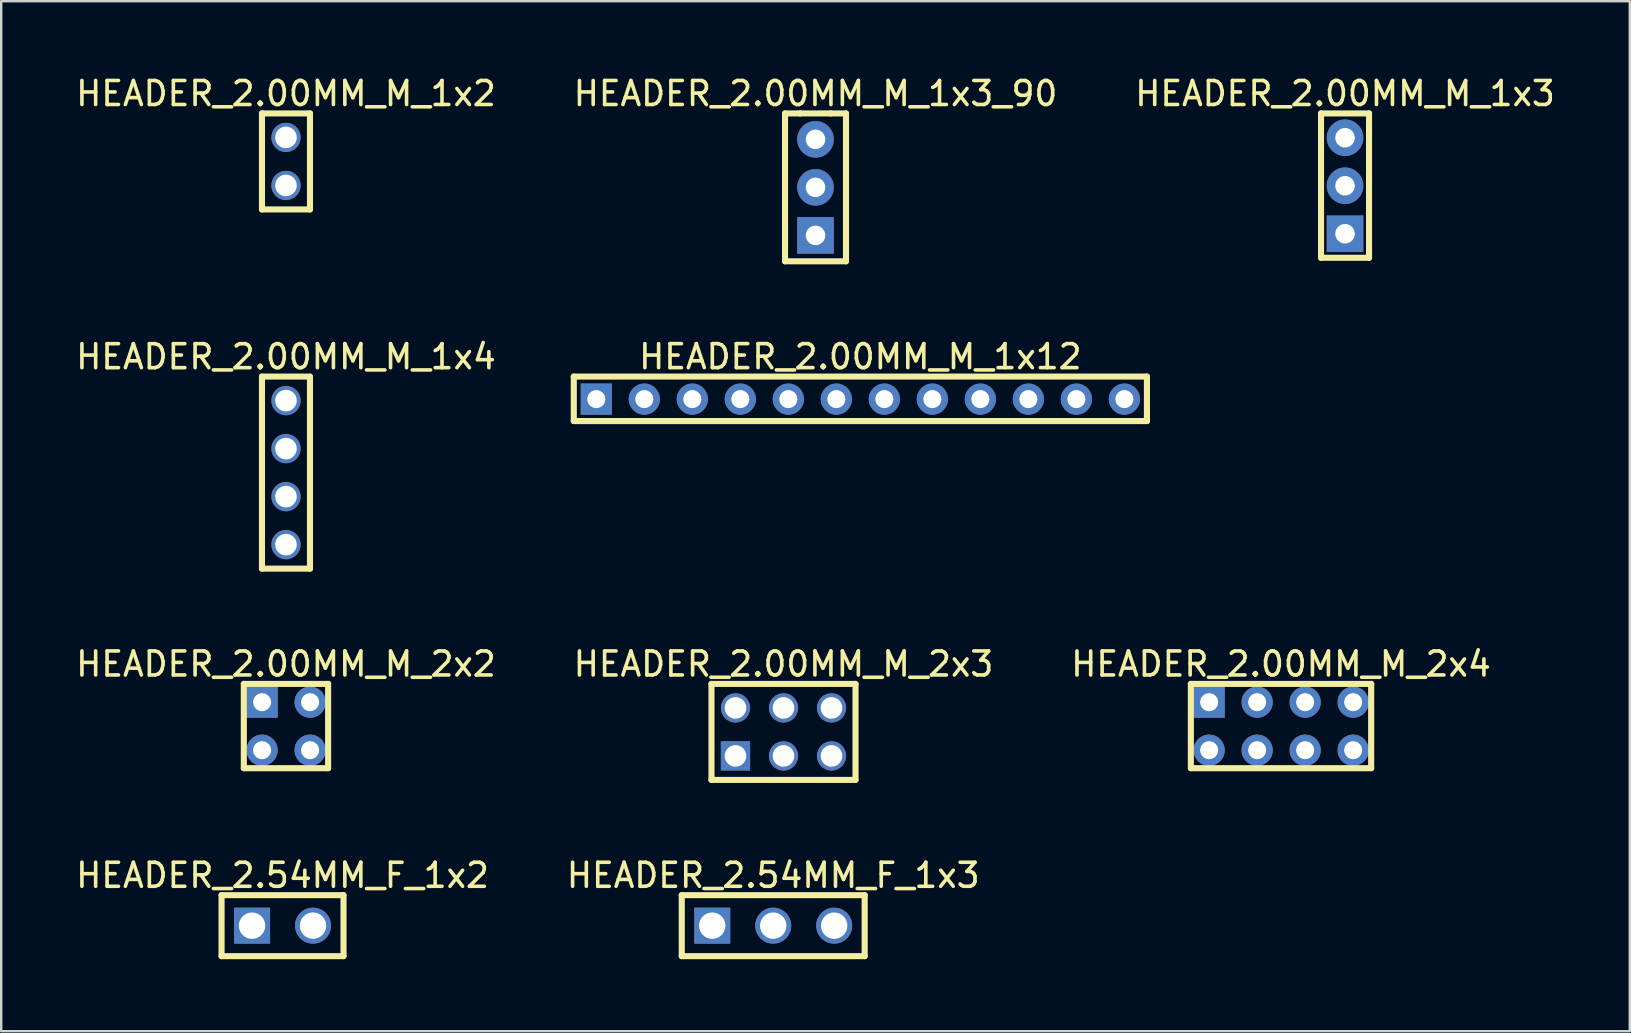
<source format=kicad_pcb>
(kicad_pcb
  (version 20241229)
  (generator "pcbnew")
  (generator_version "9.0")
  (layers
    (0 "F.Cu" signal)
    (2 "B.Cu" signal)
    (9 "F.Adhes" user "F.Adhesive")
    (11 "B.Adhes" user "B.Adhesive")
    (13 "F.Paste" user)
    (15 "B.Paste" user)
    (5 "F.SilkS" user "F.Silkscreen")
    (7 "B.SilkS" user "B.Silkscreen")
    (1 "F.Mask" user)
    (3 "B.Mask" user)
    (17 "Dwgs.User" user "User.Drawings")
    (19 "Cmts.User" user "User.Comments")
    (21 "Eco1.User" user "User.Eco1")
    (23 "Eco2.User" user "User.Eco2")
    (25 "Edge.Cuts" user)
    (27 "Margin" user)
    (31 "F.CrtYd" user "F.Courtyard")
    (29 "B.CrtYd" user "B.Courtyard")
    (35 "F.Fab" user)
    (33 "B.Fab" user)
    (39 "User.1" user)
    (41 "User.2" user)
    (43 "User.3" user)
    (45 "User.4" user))
  (footprint "HEADER_2.54MM_F_1x3"
    (layer "F.Cu")
    (at 29.161 35.512)
    (property "Reference" "HEADER_2.54MM_F_1x3" (at 0 -2.097 0) (layer "F.SilkS") (effects (font (size 1 1) (thickness 0.15))))
    (fp_line (start -3.81 -1.27) (end 3.81 -1.27) (stroke (width 0.254) (type solid)) (layer "F.SilkS"))
    (fp_line (start -3.81 1.27) (end -3.81 -1.27) (stroke (width 0.254) (type solid)) (layer "F.SilkS"))
    (fp_line (start -3.81 1.27) (end 3.81 1.27) (stroke (width 0.254) (type solid)) (layer "F.SilkS"))
    (fp_line (start 3.81 1.27) (end 3.81 -1.27) (stroke (width 0.254) (type solid)) (layer "F.SilkS"))
    (pad "1" thru_hole rect (at -2.54 0 270) (size 1.5 1.5) (drill 1.1) (layers "*.Cu" "*.Mask"))
    (pad "2" thru_hole circle (at 0 0 270) (size 1.5 1.5) (drill 1.1) (layers "*.Cu" "*.Mask"))
    (pad "3" thru_hole circle (at 2.54 0 270) (size 1.5 1.5) (drill 1.1) (layers "*.Cu" "*.Mask")))
  (footprint "HEADER_2.00MM_M_2x3"
    (layer "F.Cu")
    (at 29.589 27.44)
    (property "Reference" "HEADER_2.00MM_M_2x3" (at 0 -2.827 0) (layer "F.SilkS") (effects (font (size 1 1) (thickness 0.15))))
    (fp_line (start -3 -2) (end 3 -2) (stroke (width 0.254) (type solid)) (layer "F.SilkS"))
    (fp_line (start -3 2) (end -3 -2) (stroke (width 0.254) (type solid)) (layer "F.SilkS"))
    (fp_line (start -3 2) (end 3 2) (stroke (width 0.254) (type solid)) (layer "F.SilkS"))
    (fp_line (start 3 2) (end 3 -2) (stroke (width 0.254) (type solid)) (layer "F.SilkS"))
    (pad "1" thru_hole rect (at -2 1) (size 1.219 1.219) (drill 0.9) (layers "*.Cu" "*.Mask"))
    (pad "2" thru_hole circle (at -2 -1) (size 1.219 1.219) (drill 0.9) (layers "*.Cu" "*.Mask"))
    (pad "3" thru_hole circle (at 0 1) (size 1.219 1.219) (drill 0.9) (layers "*.Cu" "*.Mask"))
    (pad "4" thru_hole circle (at 0 -1) (size 1.219 1.219) (drill 0.9) (layers "*.Cu" "*.Mask"))
    (pad "5" thru_hole circle (at 2 1) (size 1.219 1.219) (drill 0.9) (layers "*.Cu" "*.Mask"))
    (pad "6" thru_hole circle (at 2 -1) (size 1.219 1.219) (drill 0.9) (layers "*.Cu" "*.Mask")))
  (footprint "HEADER_2.54MM_F_1x2"
    (layer "F.Cu")
    (at 8.72 35.512)
    (property "Reference" "HEADER_2.54MM_F_1x2" (at 0 -2.097 0) (layer "F.SilkS") (effects (font (size 1 1) (thickness 0.15))))
    (fp_line (start -2.54 -1.27) (end 2.54 -1.27) (stroke (width 0.254) (type solid)) (layer "F.SilkS"))
    (fp_line (start -2.54 1.27) (end -2.54 -1.27) (stroke (width 0.254) (type solid)) (layer "F.SilkS"))
    (fp_line (start -2.54 1.27) (end 2.54 1.27) (stroke (width 0.254) (type solid)) (layer "F.SilkS"))
    (fp_line (start 2.54 1.27) (end 2.54 -1.27) (stroke (width 0.254) (type solid)) (layer "F.SilkS"))
    (pad "1" thru_hole rect (at -1.27 0 270) (size 1.5 1.5) (drill 1.1) (layers "*.Cu" "*.Mask"))
    (pad "2" thru_hole circle (at 1.27 0 270) (size 1.5 1.5) (drill 1.1) (layers "*.Cu" "*.Mask")))
  (footprint "HEADER_2.00MM_M_1x2"
    (layer "F.Cu")
    (at 8.863 3.675)
    (property "Reference" "HEADER_2.00MM_M_1x2" (at 0 -2.827 0) (layer "F.SilkS") (effects (font (size 1 1) (thickness 0.15))))
    (fp_line (start -1 -2) (end 1 -2) (stroke (width 0.254) (type solid)) (layer "F.SilkS"))
    (fp_line (start -1 2) (end -1 -2) (stroke (width 0.254) (type solid)) (layer "F.SilkS"))
    (fp_line (start -1 2) (end 1 2) (stroke (width 0.254) (type solid)) (layer "F.SilkS"))
    (fp_line (start 1 2) (end 1 -2) (stroke (width 0.254) (type solid)) (layer "F.SilkS"))
    (pad "1" thru_hole circle (at 0 1) (size 1.219 1.219) (drill 0.9) (layers "*.Cu" "*.Mask"))
    (pad "2" thru_hole circle (at 0 -1) (size 1.219 1.219) (drill 0.9) (layers "*.Cu" "*.Mask")))
  (footprint "HEADER_2.00MM_M_1x4"
    (layer "F.Cu")
    (at 8.863 18.638)
    (property "Reference" "HEADER_2.00MM_M_1x4" (at 0 -6.827 0) (layer "F.SilkS") (effects (font (size 1 1) (thickness 0.15))))
    (fp_line (start -1 -6) (end 1 -6) (stroke (width 0.254) (type solid)) (layer "F.SilkS"))
    (fp_line (start -1 2) (end -1 -5.994) (stroke (width 0.254) (type solid)) (layer "F.SilkS"))
    (fp_line (start -1 2) (end 1 2) (stroke (width 0.254) (type solid)) (layer "F.SilkS"))
    (fp_line (start 1 2) (end 1 -5.994) (stroke (width 0.254) (type solid)) (layer "F.SilkS"))
    (pad "1" thru_hole circle (at 0 1) (size 1.219 1.219) (drill 0.9) (layers "*.Cu" "*.Mask"))
    (pad "2" thru_hole circle (at 0 -1) (size 1.219 1.219) (drill 0.9) (layers "*.Cu" "*.Mask"))
    (pad "3" thru_hole circle (at 0 -3) (size 1.219 1.219) (drill 0.9) (layers "*.Cu" "*.Mask"))
    (pad "4" thru_hole circle (at 0 -5) (size 1.219 1.219) (drill 0.9) (layers "*.Cu" "*.Mask")))
  (footprint "HEADER_2.00MM_M_2x2"
    (layer "F.Cu")
    (at 8.869 27.202)
    (property "Reference" "HEADER_2.00MM_M_2x2" (at -0.006 -2.589 0) (layer "F.SilkS") (effects (font (size 1 1) (thickness 0.15))))
    (fp_line (start -1.762 -1.762) (end 1.75 -1.762) (stroke (width 0.254) (type solid)) (layer "F.SilkS"))
    (fp_line (start -1.762 1.75) (end -1.762 -1.762) (stroke (width 0.254) (type solid)) (layer "F.SilkS"))
    (fp_line (start -1.762 1.75) (end 1.75 1.75) (stroke (width 0.254) (type solid)) (layer "F.SilkS"))
    (fp_line (start 1.75 1.75) (end 1.75 -1.762) (stroke (width 0.254) (type solid)) (layer "F.SilkS"))
    (pad "1" thru_hole rect (at -1 -1) (size 1.3 1.3) (drill 0.75) (layers "*.Cu" "*.Mask"))
    (pad "2" thru_hole circle (at -1 1) (size 1.3 1.3) (drill 0.75) (layers "*.Cu" "*.Mask"))
    (pad "3" thru_hole circle (at 1 -1) (size 1.3 1.3) (drill 0.75) (layers "*.Cu" "*.Mask"))
    (pad "4" thru_hole circle (at 1 1) (size 1.3 1.3) (drill 0.75) (layers "*.Cu" "*.Mask")))
  (footprint "HEADER_2.00MM_M_1x3"
    (layer "F.Cu")
    (at 52.982 6.688)
    (property "Reference" "HEADER_2.00MM_M_1x3" (at 0 -5.84 0) (layer "F.SilkS") (effects (font (size 1 1) (thickness 0.15))))
    (fp_line (start -1 -5.013) (end 1 -5.013) (stroke (width 0.254) (type solid)) (layer "F.SilkS"))
    (fp_line (start -1 1) (end -1 -5.013) (stroke (width 0.254) (type solid)) (layer "F.SilkS"))
    (fp_line (start -1 1) (end 1 1) (stroke (width 0.254) (type solid)) (layer "F.SilkS"))
    (fp_line (start 1 1) (end 1 -5.013) (stroke (width 0.254) (type solid)) (layer "F.SilkS"))
    (pad "1" thru_hole rect (at 0 0) (size 1.524 1.524) (drill 0.813) (layers "*.Cu" "*.Mask"))
    (pad "2" thru_hole circle (at 0 -2) (size 1.524 1.524) (drill 0.813) (layers "*.Cu" "*.Mask"))
    (pad "3" thru_hole circle (at 0 -4) (size 1.524 1.524) (drill 0.813) (layers "*.Cu" "*.Mask")))
  (footprint "HEADER_2.00MM_M_2x4"
    (layer "F.Cu")
    (at 50.321 27.202)
    (property "Reference" "HEADER_2.00MM_M_2x4" (at -0.006 -2.589 0) (layer "F.SilkS") (effects (font (size 1 1) (thickness 0.15))))
    (fp_line (start -3.762 -1.762) (end 3.75 -1.762) (stroke (width 0.254) (type solid)) (layer "F.SilkS"))
    (fp_line (start -3.762 1.75) (end -3.762 -1.762) (stroke (width 0.254) (type solid)) (layer "F.SilkS"))
    (fp_line (start -3.762 1.75) (end 3.75 1.75) (stroke (width 0.254) (type solid)) (layer "F.SilkS"))
    (fp_line (start 3.75 1.75) (end 3.75 -1.762) (stroke (width 0.254) (type solid)) (layer "F.SilkS"))
    (pad "1" thru_hole rect (at -3 -1) (size 1.3 1.3) (drill 0.75) (layers "*.Cu" "*.Mask"))
    (pad "2" thru_hole circle (at -3 1) (size 1.3 1.3) (drill 0.75) (layers "*.Cu" "*.Mask"))
    (pad "3" thru_hole circle (at -1 -1) (size 1.3 1.3) (drill 0.75) (layers "*.Cu" "*.Mask"))
    (pad "4" thru_hole circle (at -1 1) (size 1.3 1.3) (drill 0.75) (layers "*.Cu" "*.Mask"))
    (pad "5" thru_hole circle (at 1 -1) (size 1.3 1.3) (drill 0.75) (layers "*.Cu" "*.Mask"))
    (pad "6" thru_hole circle (at 1 1) (size 1.3 1.3) (drill 0.75) (layers "*.Cu" "*.Mask"))
    (pad "7" thru_hole circle (at 3 -1) (size 1.3 1.3) (drill 0.75) (layers "*.Cu" "*.Mask"))
    (pad "8" thru_hole circle (at 3 1) (size 1.3 1.3) (drill 0.75) (layers "*.Cu" "*.Mask")))
  (footprint "HEADER_2.00MM_M_1x12"
    (layer "F.Cu")
    (at 32.791 13.577)
    (property "Reference" "HEADER_2.00MM_M_1x12" (at 0 -1.767 0) (layer "F.SilkS") (effects (font (size 1 1) (thickness 0.15))))
    (fp_line (start -11.938 -0.94) (end 11.938 -0.94) (stroke (width 0.254) (type solid)) (layer "F.SilkS"))
    (fp_line (start -11.938 0.914) (end -11.938 -0.94) (stroke (width 0.254) (type solid)) (layer "F.SilkS"))
    (fp_line (start -11.938 0.914) (end 11.938 0.914) (stroke (width 0.254) (type solid)) (layer "F.SilkS"))
    (fp_line (start 11.938 0.914) (end 11.938 -0.94) (stroke (width 0.254) (type solid)) (layer "F.SilkS"))
    (fp_line (start -11.938 -0.94) (end -11.913 0.914) (stroke (width 0.254) (type solid)) (layer "Eco2.User"))
    (fp_line (start -11.938 -0.94) (end 11.938 -0.889) (stroke (width 0.254) (type solid)) (layer "Eco2.User"))
    (fp_line (start -11.913 0.914) (end 11.913 0.914) (stroke (width 0.254) (type solid)) (layer "Eco2.User"))
    (fp_line (start 11.913 0.914) (end 11.938 -0.889) (stroke (width 0.254) (type solid)) (layer "Eco2.User"))
    (fp_text user "${REFERENCE}" (at -0.508 0.449 0) (unlocked yes) (layer "Eco2.User") (effects (font (size 0.762 0.762) (thickness 0.152)) (justify left bottom)))
    (pad "1" thru_hole rect (at -11 0) (size 1.3 1.3) (drill 0.75) (layers "*.Cu" "*.Mask"))
    (pad "2" thru_hole circle (at -9 0) (size 1.3 1.3) (drill 0.75) (layers "*.Cu" "*.Mask"))
    (pad "3" thru_hole circle (at -7 0) (size 1.3 1.3) (drill 0.75) (layers "*.Cu" "*.Mask"))
    (pad "4" thru_hole circle (at -5 0) (size 1.3 1.3) (drill 0.75) (layers "*.Cu" "*.Mask"))
    (pad "5" thru_hole circle (at -3 0) (size 1.3 1.3) (drill 0.75) (layers "*.Cu" "*.Mask"))
    (pad "6" thru_hole circle (at -1 0) (size 1.3 1.3) (drill 0.75) (layers "*.Cu" "*.Mask"))
    (pad "7" thru_hole circle (at 1 0) (size 1.3 1.3) (drill 0.75) (layers "*.Cu" "*.Mask"))
    (pad "8" thru_hole circle (at 3 0) (size 1.3 1.3) (drill 0.75) (layers "*.Cu" "*.Mask"))
    (pad "9" thru_hole circle (at 5 0) (size 1.3 1.3) (drill 0.75) (layers "*.Cu" "*.Mask"))
    (pad "10" thru_hole circle (at 7 0) (size 1.3 1.3) (drill 0.75) (layers "*.Cu" "*.Mask"))
    (pad "11" thru_hole circle (at 9 0) (size 1.3 1.3) (drill 0.75) (layers "*.Cu" "*.Mask"))
    (pad "12" thru_hole circle (at 11 0) (size 1.3 1.3) (drill 0.75) (layers "*.Cu" "*.Mask")))
  (footprint "HEADER_2.00MM_M_1x3_90"
    (layer "F.Cu")
    (at 30.923 6.755)
    (property "Reference" "HEADER_2.00MM_M_1x3_90" (at 0 -5.907 0) (layer "F.SilkS") (effects (font (size 1 1) (thickness 0.15))))
    (fp_line (start -1.27 -5.08) (end -0.635 -5.08) (stroke (width 0.254) (type solid)) (layer "F.SilkS"))
    (fp_line (start -1.27 1.08) (end -1.27 -5.08) (stroke (width 0.254) (type solid)) (layer "F.SilkS"))
    (fp_line (start -1.27 1.08) (end 1.27 1.08) (stroke (width 0.254) (type solid)) (layer "F.SilkS"))
    (fp_line (start -0.635 -5.08) (end 0.635 -5.08) (stroke (width 0.254) (type solid)) (layer "F.SilkS"))
    (fp_line (start 0.635 -5.08) (end 1.27 -5.08) (stroke (width 0.254) (type solid)) (layer "F.SilkS"))
    (fp_line (start 1.27 1.08) (end 1.27 -5.08) (stroke (width 0.254) (type solid)) (layer "F.SilkS"))
    (pad "1" thru_hole rect (at 0 0) (size 1.524 1.524) (drill 0.813) (layers "*.Cu" "*.Mask"))
    (pad "2" thru_hole circle (at 0 -2) (size 1.524 1.524) (drill 0.813) (layers "*.Cu" "*.Mask"))
    (pad "3" thru_hole circle (at 0 -4) (size 1.524 1.524) (drill 0.813) (layers "*.Cu" "*.Mask")))
  (gr_rect
    (start -3 -3)
    (end 64.845 39.909)
    (stroke (width 0.1) (type default))
    (fill no)
    (layer "Edge.Cuts")))
</source>
